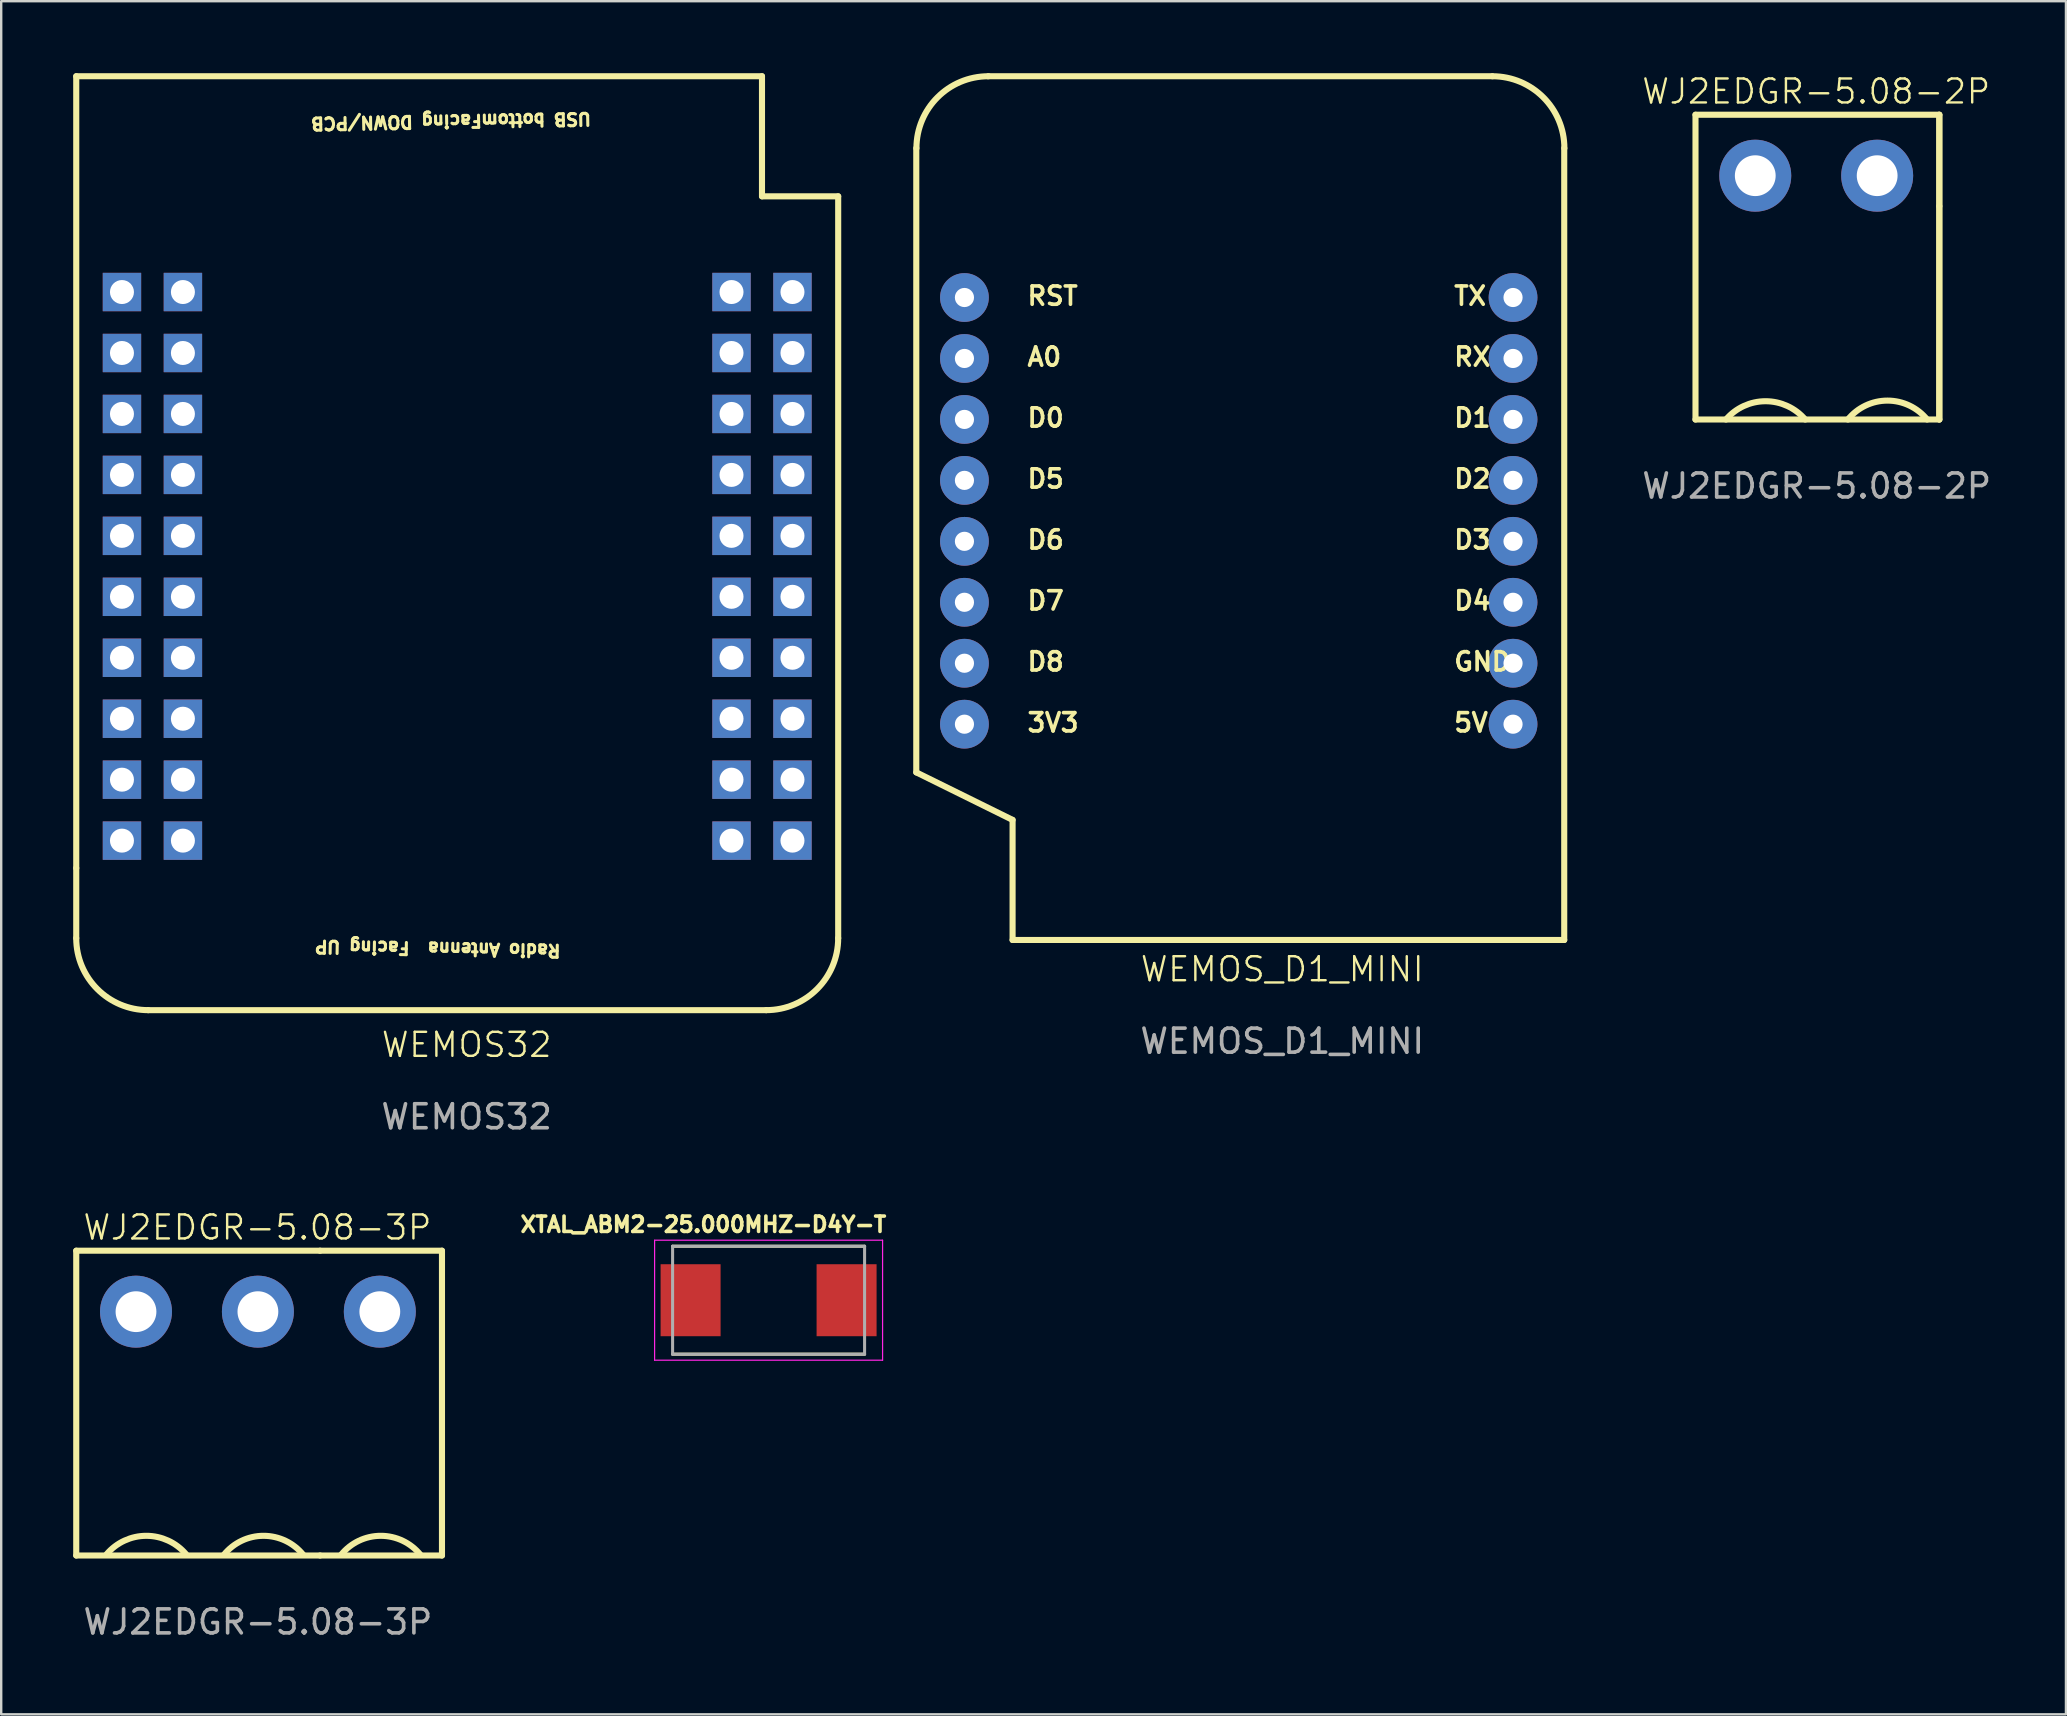
<source format=kicad_pcb>
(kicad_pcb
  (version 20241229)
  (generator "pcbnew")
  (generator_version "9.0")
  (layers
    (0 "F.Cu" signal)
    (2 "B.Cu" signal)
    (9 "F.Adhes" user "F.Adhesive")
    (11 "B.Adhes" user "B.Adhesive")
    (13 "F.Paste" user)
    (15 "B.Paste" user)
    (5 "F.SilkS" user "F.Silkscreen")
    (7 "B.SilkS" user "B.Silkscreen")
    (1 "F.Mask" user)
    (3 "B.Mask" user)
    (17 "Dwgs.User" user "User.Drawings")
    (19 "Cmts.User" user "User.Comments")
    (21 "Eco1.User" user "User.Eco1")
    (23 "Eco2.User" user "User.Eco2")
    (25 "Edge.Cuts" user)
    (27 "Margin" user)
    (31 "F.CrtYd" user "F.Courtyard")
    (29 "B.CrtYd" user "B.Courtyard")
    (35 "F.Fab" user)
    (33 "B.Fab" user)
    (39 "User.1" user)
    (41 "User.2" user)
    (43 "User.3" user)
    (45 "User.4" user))
  (footprint "WEMOS_D1_MINI"
    (layer "F.Cu")
    (at 50.409 17.946)
    (property "Reference" "WEMOS_D1_MINI" (at -0.03 19.39 0) (unlocked yes) (layer "F.SilkS") (effects (font (size 1 1) (thickness 0.1))))
    (attr through_hole)
    (fp_line (start -15.278 11.188) (end -15.278 -14.822) (stroke (width 0.254) (type solid)) (layer "F.SilkS"))
    (fp_line (start -15.278 11.188) (end -11.265 13.169) (stroke (width 0.254) (type solid)) (layer "F.SilkS"))
    (fp_line (start -12.281 -17.819) (end 8.725 -17.819) (stroke (width 0.254) (type solid)) (layer "F.SilkS"))
    (fp_line (start -11.265 18.173) (end -11.265 13.169) (stroke (width 0.254) (type solid)) (layer "F.SilkS"))
    (fp_line (start -11.265 18.173) (end 11.722 18.173) (stroke (width 0.254) (type solid)) (layer "F.SilkS"))
    (fp_line (start 11.722 18.173) (end 11.722 -14.822) (stroke (width 0.254) (type solid)) (layer "F.SilkS"))
    (fp_arc (start -15.27124 -14.8189) (mid -14.392563 -16.940213) (end -12.27125 -17.81889) (stroke (width 0.254) (type solid)) (layer "F.SilkS"))
    (fp_arc (start 8.72871 -17.81889) (mid 10.850023 -16.940213) (end 11.7287 -14.8189) (stroke (width 0.254) (type solid)) (layer "F.SilkS"))
    (fp_line (start 0 0.05) (end 0.001 0.05) (stroke (width 0.003) (type solid)) (layer "Eco1.User"))
    (fp_text user "D4" (at 7.049 4.482 0) (unlocked yes) (layer "F.SilkS") (effects (font (size 0.762 0.762) (thickness 0.152)) (justify left bottom)))
    (fp_text user "D2" (at 7.049 -0.598 0) (unlocked yes) (layer "F.SilkS") (effects (font (size 0.762 0.762) (thickness 0.152)) (justify left bottom)))
    (fp_text user "GND" (at 7.049 7.022 0) (unlocked yes) (layer "F.SilkS") (effects (font (size 0.762 0.762) (thickness 0.152)) (justify left bottom)))
    (fp_text user "3V3" (at -10.731 9.562 0) (unlocked yes) (layer "F.SilkS") (effects (font (size 0.762 0.762) (thickness 0.152)) (justify left bottom)))
    (fp_text user "A0" (at -10.731 -5.678 0) (unlocked yes) (layer "F.SilkS") (effects (font (size 0.762 0.762) (thickness 0.152)) (justify left bottom)))
    (fp_text user "D5" (at -10.731 -0.598 0) (unlocked yes) (layer "F.SilkS") (effects (font (size 0.762 0.762) (thickness 0.152)) (justify left bottom)))
    (fp_text user "D0" (at -10.731 -3.138 0) (unlocked yes) (layer "F.SilkS") (effects (font (size 0.762 0.762) (thickness 0.152)) (justify left bottom)))
    (fp_text user "RST" (at -10.731 -8.218 0) (unlocked yes) (layer "F.SilkS") (effects (font (size 0.762 0.762) (thickness 0.152)) (justify left bottom)))
    (fp_text user "TX" (at 7.049 -8.218 0) (unlocked yes) (layer "F.SilkS") (effects (font (size 0.762 0.762) (thickness 0.152)) (justify left bottom)))
    (fp_text user "5V" (at 7.049 9.562 0) (unlocked yes) (layer "F.SilkS") (effects (font (size 0.762 0.762) (thickness 0.152)) (justify left bottom)))
    (fp_text user "D6" (at -10.731 1.942 0) (unlocked yes) (layer "F.SilkS") (effects (font (size 0.762 0.762) (thickness 0.152)) (justify left bottom)))
    (fp_text user "D1" (at 7.049 -3.138 0) (unlocked yes) (layer "F.SilkS") (effects (font (size 0.762 0.762) (thickness 0.152)) (justify left bottom)))
    (fp_text user "D3" (at 7.049 1.942 0) (unlocked yes) (layer "F.SilkS") (effects (font (size 0.762 0.762) (thickness 0.152)) (justify left bottom)))
    (fp_text user "RX" (at 7.049 -5.678 0) (unlocked yes) (layer "F.SilkS") (effects (font (size 0.762 0.762) (thickness 0.152)) (justify left bottom)))
    (fp_text user "D8" (at -10.731 7.022 0) (unlocked yes) (layer "F.SilkS") (effects (font (size 0.762 0.762) (thickness 0.152)) (justify left bottom)))
    (fp_text user "D7" (at -10.731 4.482 0) (unlocked yes) (layer "F.SilkS") (effects (font (size 0.762 0.762) (thickness 0.152)) (justify left bottom)))
    (fp_text user "${REFERENCE}" (at -0.03 22.39 0) (unlocked yes) (layer "F.Fab") (effects (font (size 1 1) (thickness 0.15))))
    (pad "1" thru_hole circle (at -13.271 -8.599) (size 2.032 2.032) (drill 0.798) (layers "*.Cu" "*.Mask"))
    (pad "2" thru_hole circle (at -13.271 -6.059) (size 2.032 2.032) (drill 0.798) (layers "*.Cu" "*.Mask"))
    (pad "3" thru_hole circle (at -13.271 -3.519) (size 2.032 2.032) (drill 0.798) (layers "*.Cu" "*.Mask"))
    (pad "4" thru_hole circle (at -13.271 -0.979) (size 2.032 2.032) (drill 0.798) (layers "*.Cu" "*.Mask"))
    (pad "5" thru_hole circle (at -13.271 1.561) (size 2.032 2.032) (drill 0.798) (layers "*.Cu" "*.Mask"))
    (pad "6" thru_hole circle (at -13.271 4.101) (size 2.032 2.032) (drill 0.798) (layers "*.Cu" "*.Mask"))
    (pad "7" thru_hole circle (at -13.271 6.641) (size 2.032 2.032) (drill 0.798) (layers "*.Cu" "*.Mask"))
    (pad "8" thru_hole circle (at -13.271 9.181) (size 2.032 2.032) (drill 0.798) (layers "*.Cu" "*.Mask"))
    (pad "9" thru_hole circle (at 9.589 9.181) (size 2.032 2.032) (drill 0.798) (layers "*.Cu" "*.Mask"))
    (pad "10" thru_hole circle (at 9.589 6.641) (size 2.032 2.032) (drill 0.798) (layers "*.Cu" "*.Mask"))
    (pad "11" thru_hole circle (at 9.589 4.101) (size 2.032 2.032) (drill 0.798) (layers "*.Cu" "*.Mask"))
    (pad "12" thru_hole circle (at 9.589 1.561) (size 2.032 2.032) (drill 0.798) (layers "*.Cu" "*.Mask"))
    (pad "13" thru_hole circle (at 9.589 -0.979) (size 2.032 2.032) (drill 0.798) (layers "*.Cu" "*.Mask"))
    (pad "14" thru_hole circle (at 9.589 -3.519) (size 2.032 2.032) (drill 0.798) (layers "*.Cu" "*.Mask"))
    (pad "15" thru_hole circle (at 9.589 -6.059) (size 2.032 2.032) (drill 0.798) (layers "*.Cu" "*.Mask"))
    (pad "16" thru_hole circle (at 9.589 -8.599) (size 2.032 2.032) (drill 0.798) (layers "*.Cu" "*.Mask")))
  (footprint "WJ2EDGR-5.08-3P"
    (layer "F.Cu")
    (at 7.677 51.607)
    (property "Reference" "WJ2EDGR-5.08-3P" (at 0 -3.51 0) (unlocked yes) (layer "F.SilkS") (effects (font (size 1 1) (thickness 0.1))))
    (attr through_hole)
    (fp_line (start -7.55 -2.54) (end 2.61 -2.54) (stroke (width 0.254) (type solid)) (layer "F.SilkS"))
    (fp_line (start -7.55 10.16) (end -7.55 -2.54) (stroke (width 0.254) (type solid)) (layer "F.SilkS"))
    (fp_line (start -7.55 10.16) (end 2.61 10.16) (stroke (width 0.254) (type solid)) (layer "F.SilkS"))
    (fp_line (start -2.978 10.16) (end -1.2 10.16) (stroke (width 0.1) (type default)) (layer "F.SilkS"))
    (fp_line (start 2.61 -2.54) (end 7.69 -2.54) (stroke (width 0.254) (type default)) (layer "F.SilkS"))
    (fp_line (start 2.61 10.16) (end 7.69 10.16) (stroke (width 0.254) (type default)) (layer "F.SilkS"))
    (fp_line (start 7.69 10.16) (end 7.69 -2.54) (stroke (width 0.254) (type solid)) (layer "F.SilkS"))
    (fp_arc (start -6.28 10.10223) (mid -4.629 9.34) (end -2.978 10.10223) (stroke (width 0.254) (type solid)) (layer "F.SilkS"))
    (fp_arc (start -1.3955 10.128078) (mid 0.2555 9.34) (end 1.9065 10.128078) (stroke (width 0.254) (type solid)) (layer "F.SilkS"))
    (fp_arc (start 3.489 10.128078) (mid 5.14 9.34) (end 6.791 10.128078) (stroke (width 0.254) (type solid)) (layer "F.SilkS"))
    (fp_text user "${REFERENCE}" (at 0.02 12.93 0) (unlocked yes) (layer "F.Fab") (effects (font (size 1 1) (thickness 0.15))))
    (pad "1" thru_hole circle (at -5.06 0) (size 3 3) (drill 1.7) (layers "*.Cu" "*.Mask"))
    (pad "2" thru_hole circle (at 0.02 0) (size 3 3) (drill 1.7) (layers "*.Cu" "*.Mask"))
    (pad "3" thru_hole circle (at 5.1 0) (size 3 3) (drill 1.7) (layers "*.Cu" "*.Mask")))
  (footprint "WJ2EDGR-5.08-2P"
    (layer "F.Cu")
    (at 72.631 4.271)
    (property "Reference" "WJ2EDGR-5.08-2P" (at 0 -3.51 0) (unlocked yes) (layer "F.SilkS") (effects (font (size 1 1) (thickness 0.1))))
    (attr through_hole)
    (fp_line (start -5.03 -2.54) (end 5.13 -2.54) (stroke (width 0.254) (type solid)) (layer "F.SilkS"))
    (fp_line (start -5.03 10.16) (end -5.03 -2.54) (stroke (width 0.254) (type solid)) (layer "F.SilkS"))
    (fp_line (start -5.03 10.16) (end 5.13 10.16) (stroke (width 0.254) (type solid)) (layer "F.SilkS"))
    (fp_line (start 5.13 10.16) (end 5.13 -2.54) (stroke (width 0.254) (type solid)) (layer "F.SilkS"))
    (fp_line (start 5.13 1.27) (end 5.13 -2.54) (stroke (width 0.254) (type solid)) (layer "F.SilkS"))
    (fp_line (start 5.13 10.16) (end 5.13 1.27) (stroke (width 0.254) (type solid)) (layer "F.SilkS"))
    (fp_arc (start -3.76 10.16) (mid -2.109 9.39777) (end -0.458 10.16) (stroke (width 0.254) (type solid)) (layer "F.SilkS"))
    (fp_arc (start 1.32 10.16) (mid 2.971 9.371922) (end 4.622 10.16) (stroke (width 0.254) (type solid)) (layer "F.SilkS"))
    (fp_text user "${REFERENCE}" (at 0.02 12.93 0) (unlocked yes) (layer "F.Fab") (effects (font (size 1 1) (thickness 0.15))))
    (pad "1" thru_hole circle (at -2.54 0) (size 3 3) (drill 1.7) (layers "*.Cu" "*.Mask"))
    (pad "2" thru_hole circle (at 2.54 0) (size 3 3) (drill 1.7) (layers "*.Cu" "*.Mask")))
  (footprint "XTAL_ABM2-25.000MHZ-D4Y-T"
    (layer "F.Cu")
    (at 28.977 51.13)
    (property "Reference" "XTAL_ABM2-25.000MHZ-D4Y-T" (at -2.718 -3.156 0) (layer "F.SilkS") (effects (font (size 0.64 0.64) (thickness 0.15))))
    (attr smd)
    (fp_line (start -4 -2.25) (end 4 -2.25) (stroke (width 0.127) (type solid)) (layer "F.SilkS"))
    (fp_line (start -4 2.25) (end 4 2.25) (stroke (width 0.127) (type solid)) (layer "F.SilkS"))
    (fp_line (start -4.75 -2.5) (end -4.75 2.5) (stroke (width 0.05) (type solid)) (layer "F.CrtYd"))
    (fp_line (start -4.75 2.5) (end 4.75 2.5) (stroke (width 0.05) (type solid)) (layer "F.CrtYd"))
    (fp_line (start 4.75 -2.5) (end -4.75 -2.5) (stroke (width 0.05) (type solid)) (layer "F.CrtYd"))
    (fp_line (start 4.75 2.5) (end 4.75 -2.5) (stroke (width 0.05) (type solid)) (layer "F.CrtYd"))
    (fp_line (start -4 -2.25) (end -4 2.25) (stroke (width 0.127) (type solid)) (layer "F.Fab"))
    (fp_line (start -4 -2.25) (end 4 -2.25) (stroke (width 0.127) (type solid)) (layer "F.Fab"))
    (fp_line (start -4 2.25) (end 4 2.25) (stroke (width 0.127) (type solid)) (layer "F.Fab"))
    (fp_line (start 4 -2.25) (end 4 2.25) (stroke (width 0.127) (type solid)) (layer "F.Fab"))
    (pad "1" smd rect (at -3.25 0) (size 2.5 3) (layers "F.Cu" "F.Mask" "F.Paste"))
    (pad "2" smd rect (at 3.25 0) (size 2.5 3) (layers "F.Cu" "F.Mask" "F.Paste")))
  (footprint "WEMOS32"
    (layer "F.Cu")
    (at 16.446 19.458)
    (property "Reference" "WEMOS32" (at -0.05 21.03 0) (unlocked yes) (layer "F.SilkS") (effects (font (size 1 1) (thickness 0.1))))
    (attr through_hole)
    (fp_line (start -16.319 -19.331) (end 12.256 -19.331) (stroke (width 0.254) (type solid)) (layer "F.SilkS"))
    (fp_line (start -16.319 13.664) (end -16.319 -19.331) (stroke (width 0.254) (type solid)) (layer "F.SilkS"))
    (fp_line (start -16.319 16.585) (end -16.319 13.664) (stroke (width 0.254) (type solid)) (layer "F.SilkS"))
    (fp_line (start -13.319 19.585) (end 12.431 19.585) (stroke (width 0.254) (type solid)) (layer "F.SilkS"))
    (fp_line (start 12.256 -14.327) (end 12.256 -19.331) (stroke (width 0.254) (type solid)) (layer "F.SilkS"))
    (fp_line (start 12.256 -14.327) (end 15.431 -14.327) (stroke (width 0.254) (type solid)) (layer "F.SilkS"))
    (fp_line (start 15.431 16.585) (end 15.431 -14.327) (stroke (width 0.254) (type solid)) (layer "F.SilkS"))
    (fp_arc (start -13.31926 19.58454) (mid -15.440573 18.705863) (end -16.31925 16.58455) (stroke (width 0.254) (type solid)) (layer "F.SilkS"))
    (fp_arc (start 15.43075 16.58455) (mid 14.552073 18.705863) (end 12.43076 19.58454) (stroke (width 0.254) (type solid)) (layer "F.SilkS"))
    (fp_line (start 0 0) (end 0.001 -0.001) (stroke (width 0.003) (type solid)) (layer "Eco1.User"))
    (fp_text user "Radio Antenna  Facing UP" (at 3.932 16.81 179) (unlocked yes) (layer "F.SilkS") (effects (font (size 0.508 0.508) (thickness 0.152)) (justify left bottom)))
    (fp_text user "USB bottomFacing DOWN/PCB" (at 5.193 -17.861 181) (unlocked yes) (layer "F.SilkS") (effects (font (size 0.508 0.508) (thickness 0.152)) (justify left bottom)))
    (fp_text user "${REFERENCE}" (at -0.05 24.03 0) (unlocked yes) (layer "F.Fab") (effects (font (size 1 1) (thickness 0.15))))
    (pad "3.3V" thru_hole rect (at 10.986 -5.259 180) (size 1.6 1.6) (drill 1) (layers "*.Cu" "*.Mask"))
    (pad "CLK" thru_hole rect (at -14.414 -10.339 180) (size 1.6 1.6) (drill 1) (layers "*.Cu" "*.Mask"))
    (pad "CMD" thru_hole rect (at 13.526 -10.339 180) (size 1.6 1.6) (drill 1) (layers "*.Cu" "*.Mask"))
    (pad "GND" thru_hole rect (at -14.414 12.521 180) (size 1.6 1.6) (drill 1) (layers "*.Cu" "*.Mask"))
    (pad "GND" thru_hole rect (at -11.874 -2.719 180) (size 1.6 1.6) (drill 1) (layers "*.Cu" "*.Mask"))
    (pad "GND" thru_hole rect (at 13.526 12.521 180) (size 1.6 1.6) (drill 1) (layers "*.Cu" "*.Mask"))
    (pad "IO0" thru_hole rect (at -14.414 -2.719 180) (size 1.6 1.6) (drill 1) (layers "*.Cu" "*.Mask"))
    (pad "IO2" thru_hole rect (at -14.414 -5.259 180) (size 1.6 1.6) (drill 1) (layers "*.Cu" "*.Mask"))
    (pad "IO4" thru_hole rect (at -14.414 -0.179 180) (size 1.6 1.6) (drill 1) (layers "*.Cu" "*.Mask"))
    (pad "IO5" thru_hole rect (at 10.986 -2.719 180) (size 1.6 1.6) (drill 1) (layers "*.Cu" "*.Mask"))
    (pad "IO16" thru_hole rect (at -11.874 -0.179 180) (size 1.6 1.6) (drill 1) (layers "*.Cu" "*.Mask"))
    (pad "IO17" thru_hole rect (at -11.874 2.361 180) (size 1.6 1.6) (drill 1) (layers "*.Cu" "*.Mask"))
    (pad "IO18" thru_hole rect (at 10.986 4.901 180) (size 1.6 1.6) (drill 1) (layers "*.Cu" "*.Mask"))
    (pad "IO19" thru_hole rect (at 10.986 2.361 180) (size 1.6 1.6) (drill 1) (layers "*.Cu" "*.Mask"))
    (pad "IO21" thru_hole rect (at -11.874 4.901 180) (size 1.6 1.6) (drill 1) (layers "*.Cu" "*.Mask"))
    (pad "IO22" thru_hole rect (at -11.874 7.441 180) (size 1.6 1.6) (drill 1) (layers "*.Cu" "*.Mask"))
    (pad "IO23" thru_hole rect (at 10.986 -0.179 180) (size 1.6 1.6) (drill 1) (layers "*.Cu" "*.Mask"))
    (pad "IO25" thru_hole rect (at -14.414 7.441 180) (size 1.6 1.6) (drill 1) (layers "*.Cu" "*.Mask"))
    (pad "IO26" thru_hole rect (at 10.986 7.441 180) (size 1.6 1.6) (drill 1) (layers "*.Cu" "*.Mask"))
    (pad "IO27" thru_hole rect (at -14.414 9.981 180) (size 1.6 1.6) (drill 1) (layers "*.Cu" "*.Mask"))
    (pad "IO32" thru_hole rect (at -14.414 4.901 180) (size 1.6 1.6) (drill 1) (layers "*.Cu" "*.Mask"))
    (pad "IO33" thru_hole rect (at 13.526 2.361 180) (size 1.6 1.6) (drill 1) (layers "*.Cu" "*.Mask"))
    (pad "IO34" thru_hole rect (at 13.526 -0.179 180) (size 1.6 1.6) (drill 1) (layers "*.Cu" "*.Mask"))
    (pad "IO35" thru_hole rect (at 13.526 4.901 180) (size 1.6 1.6) (drill 1) (layers "*.Cu" "*.Mask"))
    (pad "NC" thru_hole rect (at 13.526 -5.259 180) (size 1.6 1.6) (drill 1) (layers "*.Cu" "*.Mask"))
    (pad "NC" thru_hole rect (at 13.526 9.981 180) (size 1.6 1.6) (drill 1) (layers "*.Cu" "*.Mask"))
    (pad "RST" thru_hole rect (at 10.986 12.521 180) (size 1.6 1.6) (drill 1) (layers "*.Cu" "*.Mask"))
    (pad "RX" thru_hole rect (at -11.874 9.981 180) (size 1.6 1.6) (drill 1) (layers "*.Cu" "*.Mask"))
    (pad "SD0" thru_hole rect (at -11.874 -10.339 180) (size 1.6 1.6) (drill 1) (layers "*.Cu" "*.Mask"))
    (pad "SD1" thru_hole rect (at -14.414 -7.799 180) (size 1.6 1.6) (drill 1) (layers "*.Cu" "*.Mask"))
    (pad "SD2" thru_hole rect (at 13.526 -7.799 180) (size 1.6 1.6) (drill 1) (layers "*.Cu" "*.Mask"))
    (pad "SD3" thru_hole rect (at 10.986 -10.339 180) (size 1.6 1.6) (drill 1) (layers "*.Cu" "*.Mask"))
    (pad "SVN" thru_hole rect (at 13.526 7.441 180) (size 1.6 1.6) (drill 1) (layers "*.Cu" "*.Mask"))
    (pad "SVP" thru_hole rect (at 10.986 9.981 180) (size 1.6 1.6) (drill 1) (layers "*.Cu" "*.Mask"))
    (pad "TCK" thru_hole rect (at 10.986 -7.799 180) (size 1.6 1.6) (drill 1) (layers "*.Cu" "*.Mask"))
    (pad "TDI" thru_hole rect (at -14.414 2.361 180) (size 1.6 1.6) (drill 1) (layers "*.Cu" "*.Mask"))
    (pad "TDO" thru_hole rect (at -11.874 -7.799 180) (size 1.6 1.6) (drill 1) (layers "*.Cu" "*.Mask"))
    (pad "TMS" thru_hole rect (at 13.526 -2.719 180) (size 1.6 1.6) (drill 1) (layers "*.Cu" "*.Mask"))
    (pad "TX" thru_hole rect (at -11.874 12.521 180) (size 1.6 1.6) (drill 1) (layers "*.Cu" "*.Mask"))
    (pad "VCC" thru_hole rect (at -11.874 -5.259 180) (size 1.6 1.6) (drill 1) (layers "*.Cu" "*.Mask")))
  (gr_rect
    (start -3 -3)
    (end 83.038 68.385)
    (stroke (width 0.1) (type default))
    (fill no)
    (layer "Edge.Cuts")))
</source>
